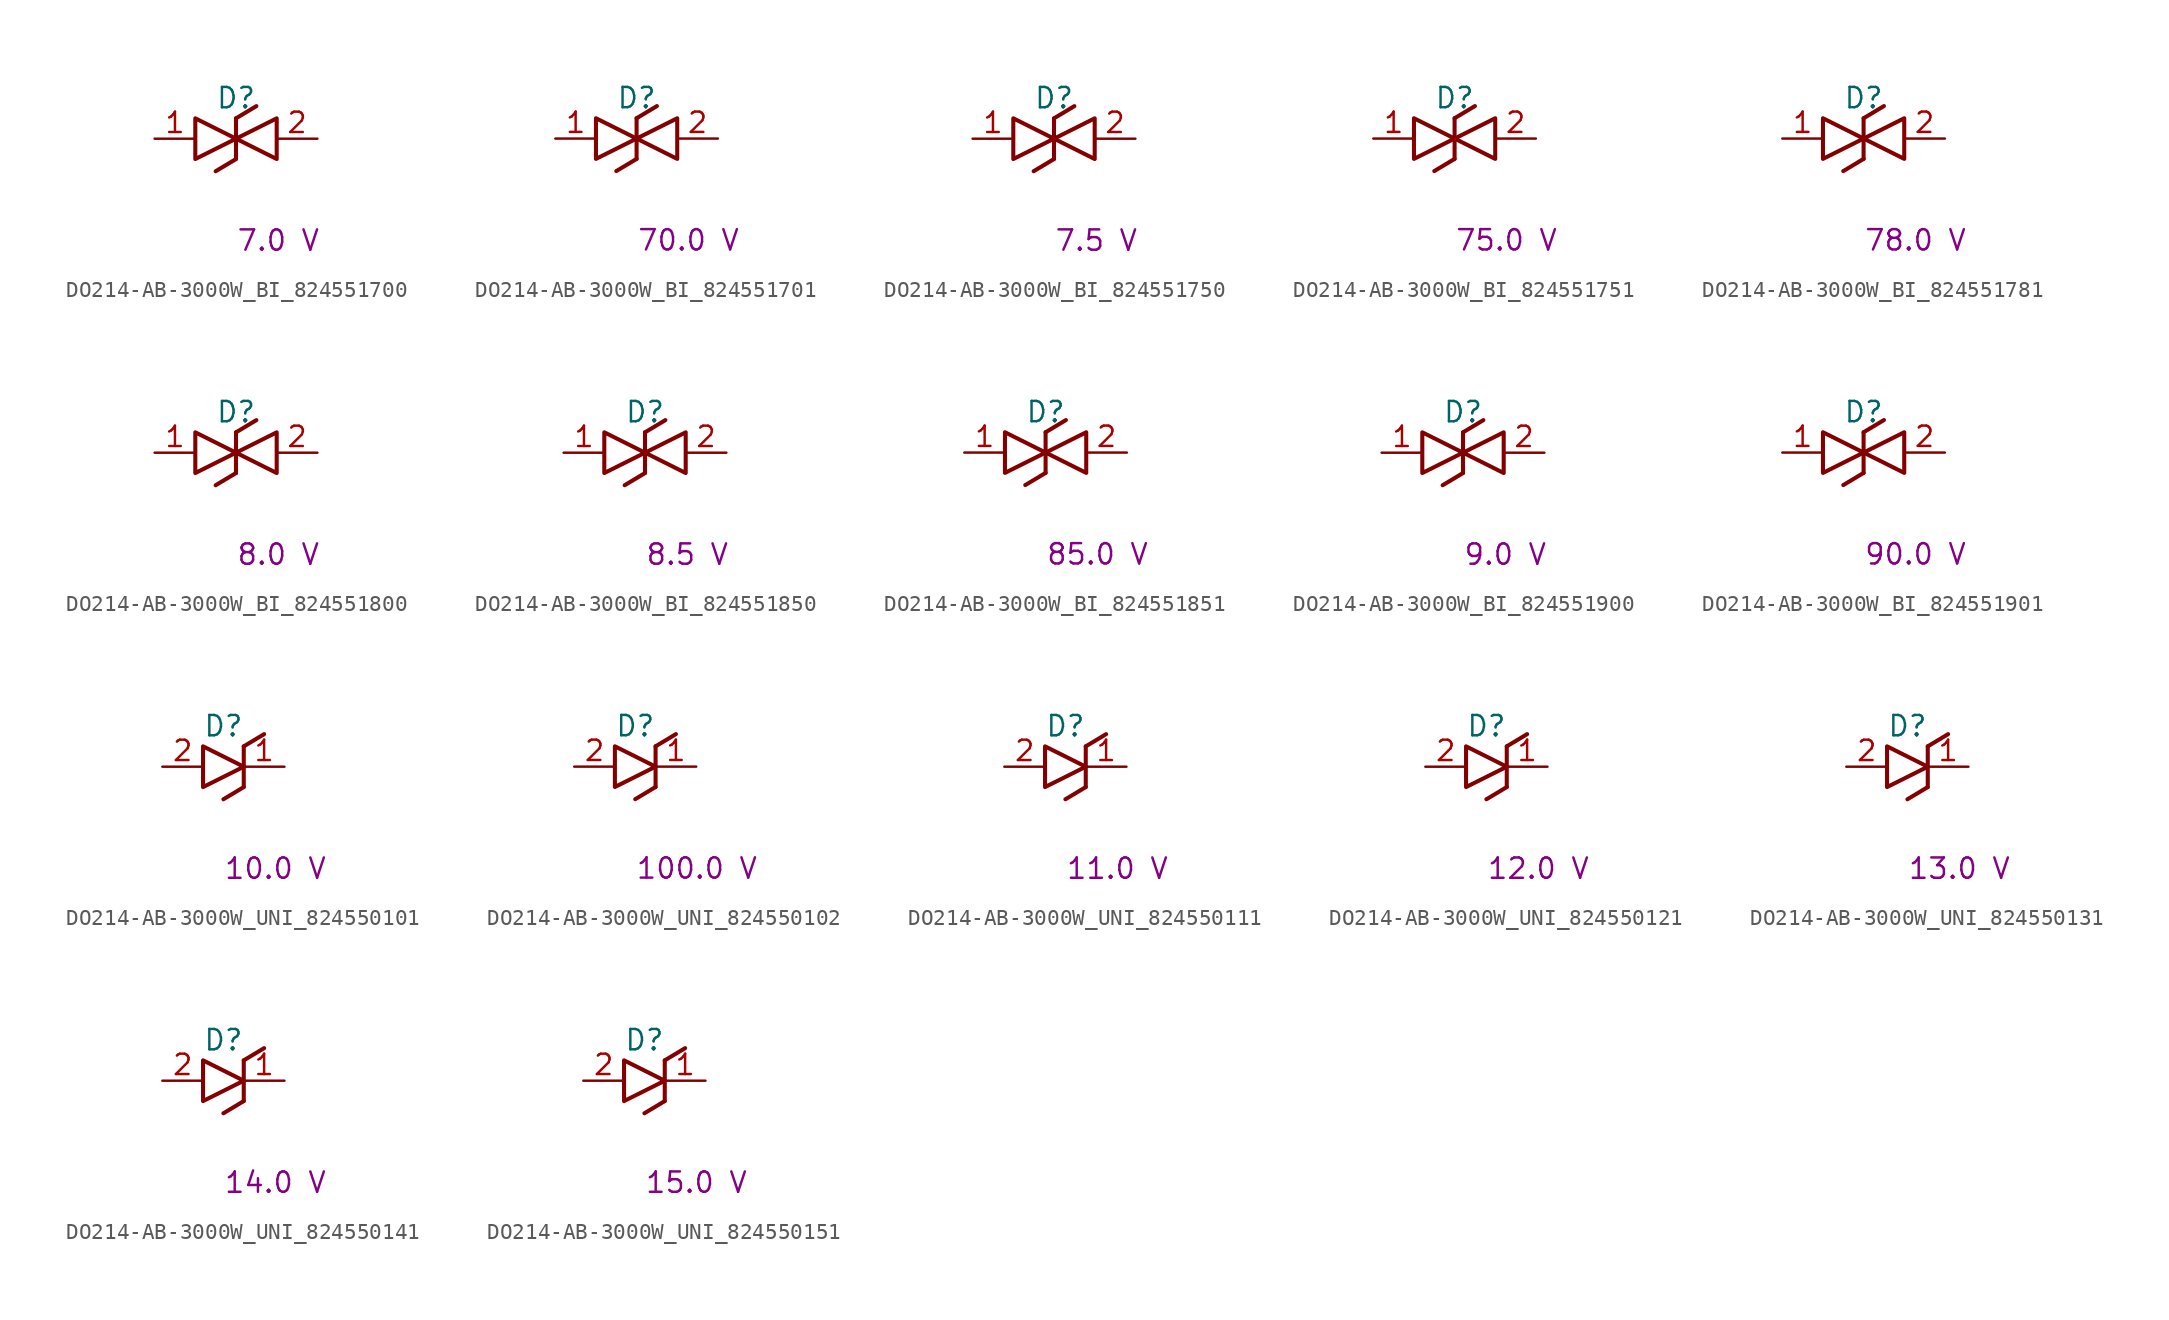
<source format=kicad_sym>
(kicad_symbol_lib
  (version 20220914)
  (generator kicad_symbol_editor)
  (symbol "DO214-AB-3000W_BI_824551700"
    (pin_names hide)
    (property "Reference" "D"
      (at 0 2.54 0)
      (effects (font (size 1.27 1.27))))
    (property "Critical Parameter" "7.0 V"
      (at 0 -6.35 0)
      (effects (font (size 1.27 1.27)) (justify left)))
    (symbol "DO214-AB-3000W_BI_824551700_0_1"
      (polyline (pts (xy -2.54 1.27) (xy -2.54 -1.27) (xy 2.54 1.27) (xy 2.54 -1.27) (xy -2.54 1.27)) (stroke (width 0.254) (type default)) (fill (type none))))
    (symbol "DO214-AB-3000W_BI_824551700_1_1"
      (polyline (pts (xy 0 -1.27) (xy -1.27 -2.032)) (stroke (width 0.254) (type default)) (fill (type none)))
      (polyline (pts (xy 0 1.27) (xy 0 -1.27)) (stroke (width 0.254) (type default)) (fill (type none)))
      (polyline (pts (xy 0 1.27) (xy 1.27 2.032)) (stroke (width 0.254) (type default)) (fill (type none)))
      (pin passive line (at -5.08 0 0) (length 2.54) (name "1" (effects (font (size 1.27 1.27)))) (number "1" (effects (font (size 1.27 1.27)))))
      (pin passive line (at 5.08 0 180) (length 2.54) (name "2" (effects (font (size 1.27 1.27)))) (number "2" (effects (font (size 1.27 1.27)))))))
  (symbol "DO214-AB-3000W_BI_824551701"
    (pin_names hide)
    (property "Reference" "D"
      (at 0 2.54 0)
      (effects (font (size 1.27 1.27))))
    (property "Critical Parameter" "70.0 V"
      (at 0 -6.35 0)
      (effects (font (size 1.27 1.27)) (justify left)))
    (symbol "DO214-AB-3000W_BI_824551701_0_1"
      (polyline (pts (xy -2.54 1.27) (xy -2.54 -1.27) (xy 2.54 1.27) (xy 2.54 -1.27) (xy -2.54 1.27)) (stroke (width 0.254) (type default)) (fill (type none))))
    (symbol "DO214-AB-3000W_BI_824551701_1_1"
      (polyline (pts (xy 0 -1.27) (xy -1.27 -2.032)) (stroke (width 0.254) (type default)) (fill (type none)))
      (polyline (pts (xy 0 1.27) (xy 0 -1.27)) (stroke (width 0.254) (type default)) (fill (type none)))
      (polyline (pts (xy 0 1.27) (xy 1.27 2.032)) (stroke (width 0.254) (type default)) (fill (type none)))
      (pin passive line (at -5.08 0 0) (length 2.54) (name "1" (effects (font (size 1.27 1.27)))) (number "1" (effects (font (size 1.27 1.27)))))
      (pin passive line (at 5.08 0 180) (length 2.54) (name "2" (effects (font (size 1.27 1.27)))) (number "2" (effects (font (size 1.27 1.27)))))))
  (symbol "DO214-AB-3000W_BI_824551750"
    (pin_names hide)
    (property "Reference" "D"
      (at 0 2.54 0)
      (effects (font (size 1.27 1.27))))
    (property "Critical Parameter" "7.5 V"
      (at 0 -6.35 0)
      (effects (font (size 1.27 1.27)) (justify left)))
    (symbol "DO214-AB-3000W_BI_824551750_0_1"
      (polyline (pts (xy -2.54 1.27) (xy -2.54 -1.27) (xy 2.54 1.27) (xy 2.54 -1.27) (xy -2.54 1.27)) (stroke (width 0.254) (type default)) (fill (type none))))
    (symbol "DO214-AB-3000W_BI_824551750_1_1"
      (polyline (pts (xy 0 -1.27) (xy -1.27 -2.032)) (stroke (width 0.254) (type default)) (fill (type none)))
      (polyline (pts (xy 0 1.27) (xy 0 -1.27)) (stroke (width 0.254) (type default)) (fill (type none)))
      (polyline (pts (xy 0 1.27) (xy 1.27 2.032)) (stroke (width 0.254) (type default)) (fill (type none)))
      (pin passive line (at -5.08 0 0) (length 2.54) (name "1" (effects (font (size 1.27 1.27)))) (number "1" (effects (font (size 1.27 1.27)))))
      (pin passive line (at 5.08 0 180) (length 2.54) (name "2" (effects (font (size 1.27 1.27)))) (number "2" (effects (font (size 1.27 1.27)))))))
  (symbol "DO214-AB-3000W_BI_824551751"
    (pin_names hide)
    (property "Reference" "D"
      (at 0 2.54 0)
      (effects (font (size 1.27 1.27))))
    (property "Critical Parameter" "75.0 V"
      (at 0 -6.35 0)
      (effects (font (size 1.27 1.27)) (justify left)))
    (symbol "DO214-AB-3000W_BI_824551751_0_1"
      (polyline (pts (xy -2.54 1.27) (xy -2.54 -1.27) (xy 2.54 1.27) (xy 2.54 -1.27) (xy -2.54 1.27)) (stroke (width 0.254) (type default)) (fill (type none))))
    (symbol "DO214-AB-3000W_BI_824551751_1_1"
      (polyline (pts (xy 0 -1.27) (xy -1.27 -2.032)) (stroke (width 0.254) (type default)) (fill (type none)))
      (polyline (pts (xy 0 1.27) (xy 0 -1.27)) (stroke (width 0.254) (type default)) (fill (type none)))
      (polyline (pts (xy 0 1.27) (xy 1.27 2.032)) (stroke (width 0.254) (type default)) (fill (type none)))
      (pin passive line (at -5.08 0 0) (length 2.54) (name "1" (effects (font (size 1.27 1.27)))) (number "1" (effects (font (size 1.27 1.27)))))
      (pin passive line (at 5.08 0 180) (length 2.54) (name "2" (effects (font (size 1.27 1.27)))) (number "2" (effects (font (size 1.27 1.27)))))))
  (symbol "DO214-AB-3000W_BI_824551781"
    (pin_names hide)
    (property "Reference" "D"
      (at 0 2.54 0)
      (effects (font (size 1.27 1.27))))
    (property "Critical Parameter" "78.0 V"
      (at 0 -6.35 0)
      (effects (font (size 1.27 1.27)) (justify left)))
    (symbol "DO214-AB-3000W_BI_824551781_0_1"
      (polyline (pts (xy -2.54 1.27) (xy -2.54 -1.27) (xy 2.54 1.27) (xy 2.54 -1.27) (xy -2.54 1.27)) (stroke (width 0.254) (type default)) (fill (type none))))
    (symbol "DO214-AB-3000W_BI_824551781_1_1"
      (polyline (pts (xy 0 -1.27) (xy -1.27 -2.032)) (stroke (width 0.254) (type default)) (fill (type none)))
      (polyline (pts (xy 0 1.27) (xy 0 -1.27)) (stroke (width 0.254) (type default)) (fill (type none)))
      (polyline (pts (xy 0 1.27) (xy 1.27 2.032)) (stroke (width 0.254) (type default)) (fill (type none)))
      (pin passive line (at -5.08 0 0) (length 2.54) (name "1" (effects (font (size 1.27 1.27)))) (number "1" (effects (font (size 1.27 1.27)))))
      (pin passive line (at 5.08 0 180) (length 2.54) (name "2" (effects (font (size 1.27 1.27)))) (number "2" (effects (font (size 1.27 1.27)))))))
  (symbol "DO214-AB-3000W_BI_824551800"
    (pin_names hide)
    (property "Reference" "D"
      (at 0 2.54 0)
      (effects (font (size 1.27 1.27))))
    (property "Critical Parameter" "8.0 V"
      (at 0 -6.35 0)
      (effects (font (size 1.27 1.27)) (justify left)))
    (symbol "DO214-AB-3000W_BI_824551800_0_1"
      (polyline (pts (xy -2.54 1.27) (xy -2.54 -1.27) (xy 2.54 1.27) (xy 2.54 -1.27) (xy -2.54 1.27)) (stroke (width 0.254) (type default)) (fill (type none))))
    (symbol "DO214-AB-3000W_BI_824551800_1_1"
      (polyline (pts (xy 0 -1.27) (xy -1.27 -2.032)) (stroke (width 0.254) (type default)) (fill (type none)))
      (polyline (pts (xy 0 1.27) (xy 0 -1.27)) (stroke (width 0.254) (type default)) (fill (type none)))
      (polyline (pts (xy 0 1.27) (xy 1.27 2.032)) (stroke (width 0.254) (type default)) (fill (type none)))
      (pin passive line (at -5.08 0 0) (length 2.54) (name "1" (effects (font (size 1.27 1.27)))) (number "1" (effects (font (size 1.27 1.27)))))
      (pin passive line (at 5.08 0 180) (length 2.54) (name "2" (effects (font (size 1.27 1.27)))) (number "2" (effects (font (size 1.27 1.27)))))))
  (symbol "DO214-AB-3000W_BI_824551850"
    (pin_names hide)
    (property "Reference" "D"
      (at 0 2.54 0)
      (effects (font (size 1.27 1.27))))
    (property "Critical Parameter" "8.5 V"
      (at 0 -6.35 0)
      (effects (font (size 1.27 1.27)) (justify left)))
    (symbol "DO214-AB-3000W_BI_824551850_0_1"
      (polyline (pts (xy -2.54 1.27) (xy -2.54 -1.27) (xy 2.54 1.27) (xy 2.54 -1.27) (xy -2.54 1.27)) (stroke (width 0.254) (type default)) (fill (type none))))
    (symbol "DO214-AB-3000W_BI_824551850_1_1"
      (polyline (pts (xy 0 -1.27) (xy -1.27 -2.032)) (stroke (width 0.254) (type default)) (fill (type none)))
      (polyline (pts (xy 0 1.27) (xy 0 -1.27)) (stroke (width 0.254) (type default)) (fill (type none)))
      (polyline (pts (xy 0 1.27) (xy 1.27 2.032)) (stroke (width 0.254) (type default)) (fill (type none)))
      (pin passive line (at -5.08 0 0) (length 2.54) (name "1" (effects (font (size 1.27 1.27)))) (number "1" (effects (font (size 1.27 1.27)))))
      (pin passive line (at 5.08 0 180) (length 2.54) (name "2" (effects (font (size 1.27 1.27)))) (number "2" (effects (font (size 1.27 1.27)))))))
  (symbol "DO214-AB-3000W_BI_824551851"
    (pin_names hide)
    (property "Reference" "D"
      (at 0 2.54 0)
      (effects (font (size 1.27 1.27))))
    (property "Critical Parameter" "85.0 V"
      (at 0 -6.35 0)
      (effects (font (size 1.27 1.27)) (justify left)))
    (symbol "DO214-AB-3000W_BI_824551851_0_1"
      (polyline (pts (xy -2.54 1.27) (xy -2.54 -1.27) (xy 2.54 1.27) (xy 2.54 -1.27) (xy -2.54 1.27)) (stroke (width 0.254) (type default)) (fill (type none))))
    (symbol "DO214-AB-3000W_BI_824551851_1_1"
      (polyline (pts (xy 0 -1.27) (xy -1.27 -2.032)) (stroke (width 0.254) (type default)) (fill (type none)))
      (polyline (pts (xy 0 1.27) (xy 0 -1.27)) (stroke (width 0.254) (type default)) (fill (type none)))
      (polyline (pts (xy 0 1.27) (xy 1.27 2.032)) (stroke (width 0.254) (type default)) (fill (type none)))
      (pin passive line (at -5.08 0 0) (length 2.54) (name "1" (effects (font (size 1.27 1.27)))) (number "1" (effects (font (size 1.27 1.27)))))
      (pin passive line (at 5.08 0 180) (length 2.54) (name "2" (effects (font (size 1.27 1.27)))) (number "2" (effects (font (size 1.27 1.27)))))))
  (symbol "DO214-AB-3000W_BI_824551900"
    (pin_names hide)
    (property "Reference" "D"
      (at 0 2.54 0)
      (effects (font (size 1.27 1.27))))
    (property "Critical Parameter" "9.0 V"
      (at 0 -6.35 0)
      (effects (font (size 1.27 1.27)) (justify left)))
    (symbol "DO214-AB-3000W_BI_824551900_0_1"
      (polyline (pts (xy -2.54 1.27) (xy -2.54 -1.27) (xy 2.54 1.27) (xy 2.54 -1.27) (xy -2.54 1.27)) (stroke (width 0.254) (type default)) (fill (type none))))
    (symbol "DO214-AB-3000W_BI_824551900_1_1"
      (polyline (pts (xy 0 -1.27) (xy -1.27 -2.032)) (stroke (width 0.254) (type default)) (fill (type none)))
      (polyline (pts (xy 0 1.27) (xy 0 -1.27)) (stroke (width 0.254) (type default)) (fill (type none)))
      (polyline (pts (xy 0 1.27) (xy 1.27 2.032)) (stroke (width 0.254) (type default)) (fill (type none)))
      (pin passive line (at -5.08 0 0) (length 2.54) (name "1" (effects (font (size 1.27 1.27)))) (number "1" (effects (font (size 1.27 1.27)))))
      (pin passive line (at 5.08 0 180) (length 2.54) (name "2" (effects (font (size 1.27 1.27)))) (number "2" (effects (font (size 1.27 1.27)))))))
  (symbol "DO214-AB-3000W_BI_824551901"
    (pin_names hide)
    (property "Reference" "D"
      (at 0 2.54 0)
      (effects (font (size 1.27 1.27))))
    (property "Critical Parameter" "90.0 V"
      (at 0 -6.35 0)
      (effects (font (size 1.27 1.27)) (justify left)))
    (symbol "DO214-AB-3000W_BI_824551901_0_1"
      (polyline (pts (xy -2.54 1.27) (xy -2.54 -1.27) (xy 2.54 1.27) (xy 2.54 -1.27) (xy -2.54 1.27)) (stroke (width 0.254) (type default)) (fill (type none))))
    (symbol "DO214-AB-3000W_BI_824551901_1_1"
      (polyline (pts (xy 0 -1.27) (xy -1.27 -2.032)) (stroke (width 0.254) (type default)) (fill (type none)))
      (polyline (pts (xy 0 1.27) (xy 0 -1.27)) (stroke (width 0.254) (type default)) (fill (type none)))
      (polyline (pts (xy 0 1.27) (xy 1.27 2.032)) (stroke (width 0.254) (type default)) (fill (type none)))
      (pin passive line (at -5.08 0 0) (length 2.54) (name "1" (effects (font (size 1.27 1.27)))) (number "1" (effects (font (size 1.27 1.27)))))
      (pin passive line (at 5.08 0 180) (length 2.54) (name "2" (effects (font (size 1.27 1.27)))) (number "2" (effects (font (size 1.27 1.27)))))))
  (symbol "DO214-AB-3000W_UNI_824550101"
    (pin_names hide)
    (property "Reference" "D"
      (at 0 2.54 0)
      (effects (font (size 1.27 1.27))))
    (property "Critical Parameter" "10.0 V"
      (at 0 -6.35 0)
      (effects (font (size 1.27 1.27)) (justify left)))
    (symbol "DO214-AB-3000W_UNI_824550101_1_1"
      (polyline (pts (xy 1.27 -1.27) (xy 0 -2.032)) (stroke (width 0.254) (type default)) (fill (type none)))
      (polyline (pts (xy 1.27 1.27) (xy 1.27 -1.27)) (stroke (width 0.254) (type default)) (fill (type none)))
      (polyline (pts (xy 1.27 1.27) (xy 2.54 2.032)) (stroke (width 0.254) (type default)) (fill (type none)))
      (polyline (pts (xy -1.27 1.27) (xy -1.27 -1.27) (xy 1.27 0) (xy -1.27 1.27)) (stroke (width 0.254) (type default)) (fill (type none)))
      (pin passive line (at -3.81 0 0) (length 2.54) (name "Anode" (effects (font (size 1.27 1.27)))) (number "2" (effects (font (size 1.27 1.27)))))
      (pin passive line (at 3.81 0 180) (length 2.54) (name "Cathode" (effects (font (size 1.27 1.27)))) (number "1" (effects (font (size 1.27 1.27)))))))
  (symbol "DO214-AB-3000W_UNI_824550102"
    (pin_names hide)
    (property "Reference" "D"
      (at 0 2.54 0)
      (effects (font (size 1.27 1.27))))
    (property "Critical Parameter" "100.0 V"
      (at 0 -6.35 0)
      (effects (font (size 1.27 1.27)) (justify left)))
    (symbol "DO214-AB-3000W_UNI_824550102_1_1"
      (polyline (pts (xy 1.27 -1.27) (xy 0 -2.032)) (stroke (width 0.254) (type default)) (fill (type none)))
      (polyline (pts (xy 1.27 1.27) (xy 1.27 -1.27)) (stroke (width 0.254) (type default)) (fill (type none)))
      (polyline (pts (xy 1.27 1.27) (xy 2.54 2.032)) (stroke (width 0.254) (type default)) (fill (type none)))
      (polyline (pts (xy -1.27 1.27) (xy -1.27 -1.27) (xy 1.27 0) (xy -1.27 1.27)) (stroke (width 0.254) (type default)) (fill (type none)))
      (pin passive line (at -3.81 0 0) (length 2.54) (name "Anode" (effects (font (size 1.27 1.27)))) (number "2" (effects (font (size 1.27 1.27)))))
      (pin passive line (at 3.81 0 180) (length 2.54) (name "Cathode" (effects (font (size 1.27 1.27)))) (number "1" (effects (font (size 1.27 1.27)))))))
  (symbol "DO214-AB-3000W_UNI_824550111"
    (pin_names hide)
    (property "Reference" "D"
      (at 0 2.54 0)
      (effects (font (size 1.27 1.27))))
    (property "Critical Parameter" "11.0 V"
      (at 0 -6.35 0)
      (effects (font (size 1.27 1.27)) (justify left)))
    (symbol "DO214-AB-3000W_UNI_824550111_1_1"
      (polyline (pts (xy 1.27 -1.27) (xy 0 -2.032)) (stroke (width 0.254) (type default)) (fill (type none)))
      (polyline (pts (xy 1.27 1.27) (xy 1.27 -1.27)) (stroke (width 0.254) (type default)) (fill (type none)))
      (polyline (pts (xy 1.27 1.27) (xy 2.54 2.032)) (stroke (width 0.254) (type default)) (fill (type none)))
      (polyline (pts (xy -1.27 1.27) (xy -1.27 -1.27) (xy 1.27 0) (xy -1.27 1.27)) (stroke (width 0.254) (type default)) (fill (type none)))
      (pin passive line (at -3.81 0 0) (length 2.54) (name "Anode" (effects (font (size 1.27 1.27)))) (number "2" (effects (font (size 1.27 1.27)))))
      (pin passive line (at 3.81 0 180) (length 2.54) (name "Cathode" (effects (font (size 1.27 1.27)))) (number "1" (effects (font (size 1.27 1.27)))))))
  (symbol "DO214-AB-3000W_UNI_824550121"
    (pin_names hide)
    (property "Reference" "D"
      (at 0 2.54 0)
      (effects (font (size 1.27 1.27))))
    (property "Critical Parameter" "12.0 V"
      (at 0 -6.35 0)
      (effects (font (size 1.27 1.27)) (justify left)))
    (symbol "DO214-AB-3000W_UNI_824550121_1_1"
      (polyline (pts (xy 1.27 -1.27) (xy 0 -2.032)) (stroke (width 0.254) (type default)) (fill (type none)))
      (polyline (pts (xy 1.27 1.27) (xy 1.27 -1.27)) (stroke (width 0.254) (type default)) (fill (type none)))
      (polyline (pts (xy 1.27 1.27) (xy 2.54 2.032)) (stroke (width 0.254) (type default)) (fill (type none)))
      (polyline (pts (xy -1.27 1.27) (xy -1.27 -1.27) (xy 1.27 0) (xy -1.27 1.27)) (stroke (width 0.254) (type default)) (fill (type none)))
      (pin passive line (at -3.81 0 0) (length 2.54) (name "Anode" (effects (font (size 1.27 1.27)))) (number "2" (effects (font (size 1.27 1.27)))))
      (pin passive line (at 3.81 0 180) (length 2.54) (name "Cathode" (effects (font (size 1.27 1.27)))) (number "1" (effects (font (size 1.27 1.27)))))))
  (symbol "DO214-AB-3000W_UNI_824550131"
    (pin_names hide)
    (property "Reference" "D"
      (at 0 2.54 0)
      (effects (font (size 1.27 1.27))))
    (property "Critical Parameter" "13.0 V"
      (at 0 -6.35 0)
      (effects (font (size 1.27 1.27)) (justify left)))
    (symbol "DO214-AB-3000W_UNI_824550131_1_1"
      (polyline (pts (xy 1.27 -1.27) (xy 0 -2.032)) (stroke (width 0.254) (type default)) (fill (type none)))
      (polyline (pts (xy 1.27 1.27) (xy 1.27 -1.27)) (stroke (width 0.254) (type default)) (fill (type none)))
      (polyline (pts (xy 1.27 1.27) (xy 2.54 2.032)) (stroke (width 0.254) (type default)) (fill (type none)))
      (polyline (pts (xy -1.27 1.27) (xy -1.27 -1.27) (xy 1.27 0) (xy -1.27 1.27)) (stroke (width 0.254) (type default)) (fill (type none)))
      (pin passive line (at -3.81 0 0) (length 2.54) (name "Anode" (effects (font (size 1.27 1.27)))) (number "2" (effects (font (size 1.27 1.27)))))
      (pin passive line (at 3.81 0 180) (length 2.54) (name "Cathode" (effects (font (size 1.27 1.27)))) (number "1" (effects (font (size 1.27 1.27)))))))
  (symbol "DO214-AB-3000W_UNI_824550141"
    (pin_names hide)
    (property "Reference" "D"
      (at 0 2.54 0)
      (effects (font (size 1.27 1.27))))
    (property "Critical Parameter" "14.0 V"
      (at 0 -6.35 0)
      (effects (font (size 1.27 1.27)) (justify left)))
    (symbol "DO214-AB-3000W_UNI_824550141_1_1"
      (polyline (pts (xy 1.27 -1.27) (xy 0 -2.032)) (stroke (width 0.254) (type default)) (fill (type none)))
      (polyline (pts (xy 1.27 1.27) (xy 1.27 -1.27)) (stroke (width 0.254) (type default)) (fill (type none)))
      (polyline (pts (xy 1.27 1.27) (xy 2.54 2.032)) (stroke (width 0.254) (type default)) (fill (type none)))
      (polyline (pts (xy -1.27 1.27) (xy -1.27 -1.27) (xy 1.27 0) (xy -1.27 1.27)) (stroke (width 0.254) (type default)) (fill (type none)))
      (pin passive line (at -3.81 0 0) (length 2.54) (name "Anode" (effects (font (size 1.27 1.27)))) (number "2" (effects (font (size 1.27 1.27)))))
      (pin passive line (at 3.81 0 180) (length 2.54) (name "Cathode" (effects (font (size 1.27 1.27)))) (number "1" (effects (font (size 1.27 1.27)))))))
  (symbol "DO214-AB-3000W_UNI_824550151"
    (pin_names hide)
    (property "Reference" "D"
      (at 0 2.54 0)
      (effects (font (size 1.27 1.27))))
    (property "Critical Parameter" "15.0 V"
      (at 0 -6.35 0)
      (effects (font (size 1.27 1.27)) (justify left)))
    (symbol "DO214-AB-3000W_UNI_824550151_1_1"
      (polyline (pts (xy 1.27 -1.27) (xy 0 -2.032)) (stroke (width 0.254) (type default)) (fill (type none)))
      (polyline (pts (xy 1.27 1.27) (xy 1.27 -1.27)) (stroke (width 0.254) (type default)) (fill (type none)))
      (polyline (pts (xy 1.27 1.27) (xy 2.54 2.032)) (stroke (width 0.254) (type default)) (fill (type none)))
      (polyline (pts (xy -1.27 1.27) (xy -1.27 -1.27) (xy 1.27 0) (xy -1.27 1.27)) (stroke (width 0.254) (type default)) (fill (type none)))
      (pin passive line (at -3.81 0 0) (length 2.54) (name "Anode" (effects (font (size 1.27 1.27)))) (number "2" (effects (font (size 1.27 1.27)))))
      (pin passive line (at 3.81 0 180) (length 2.54) (name "Cathode" (effects (font (size 1.27 1.27)))) (number "1" (effects (font (size 1.27 1.27))))))))
</source>
